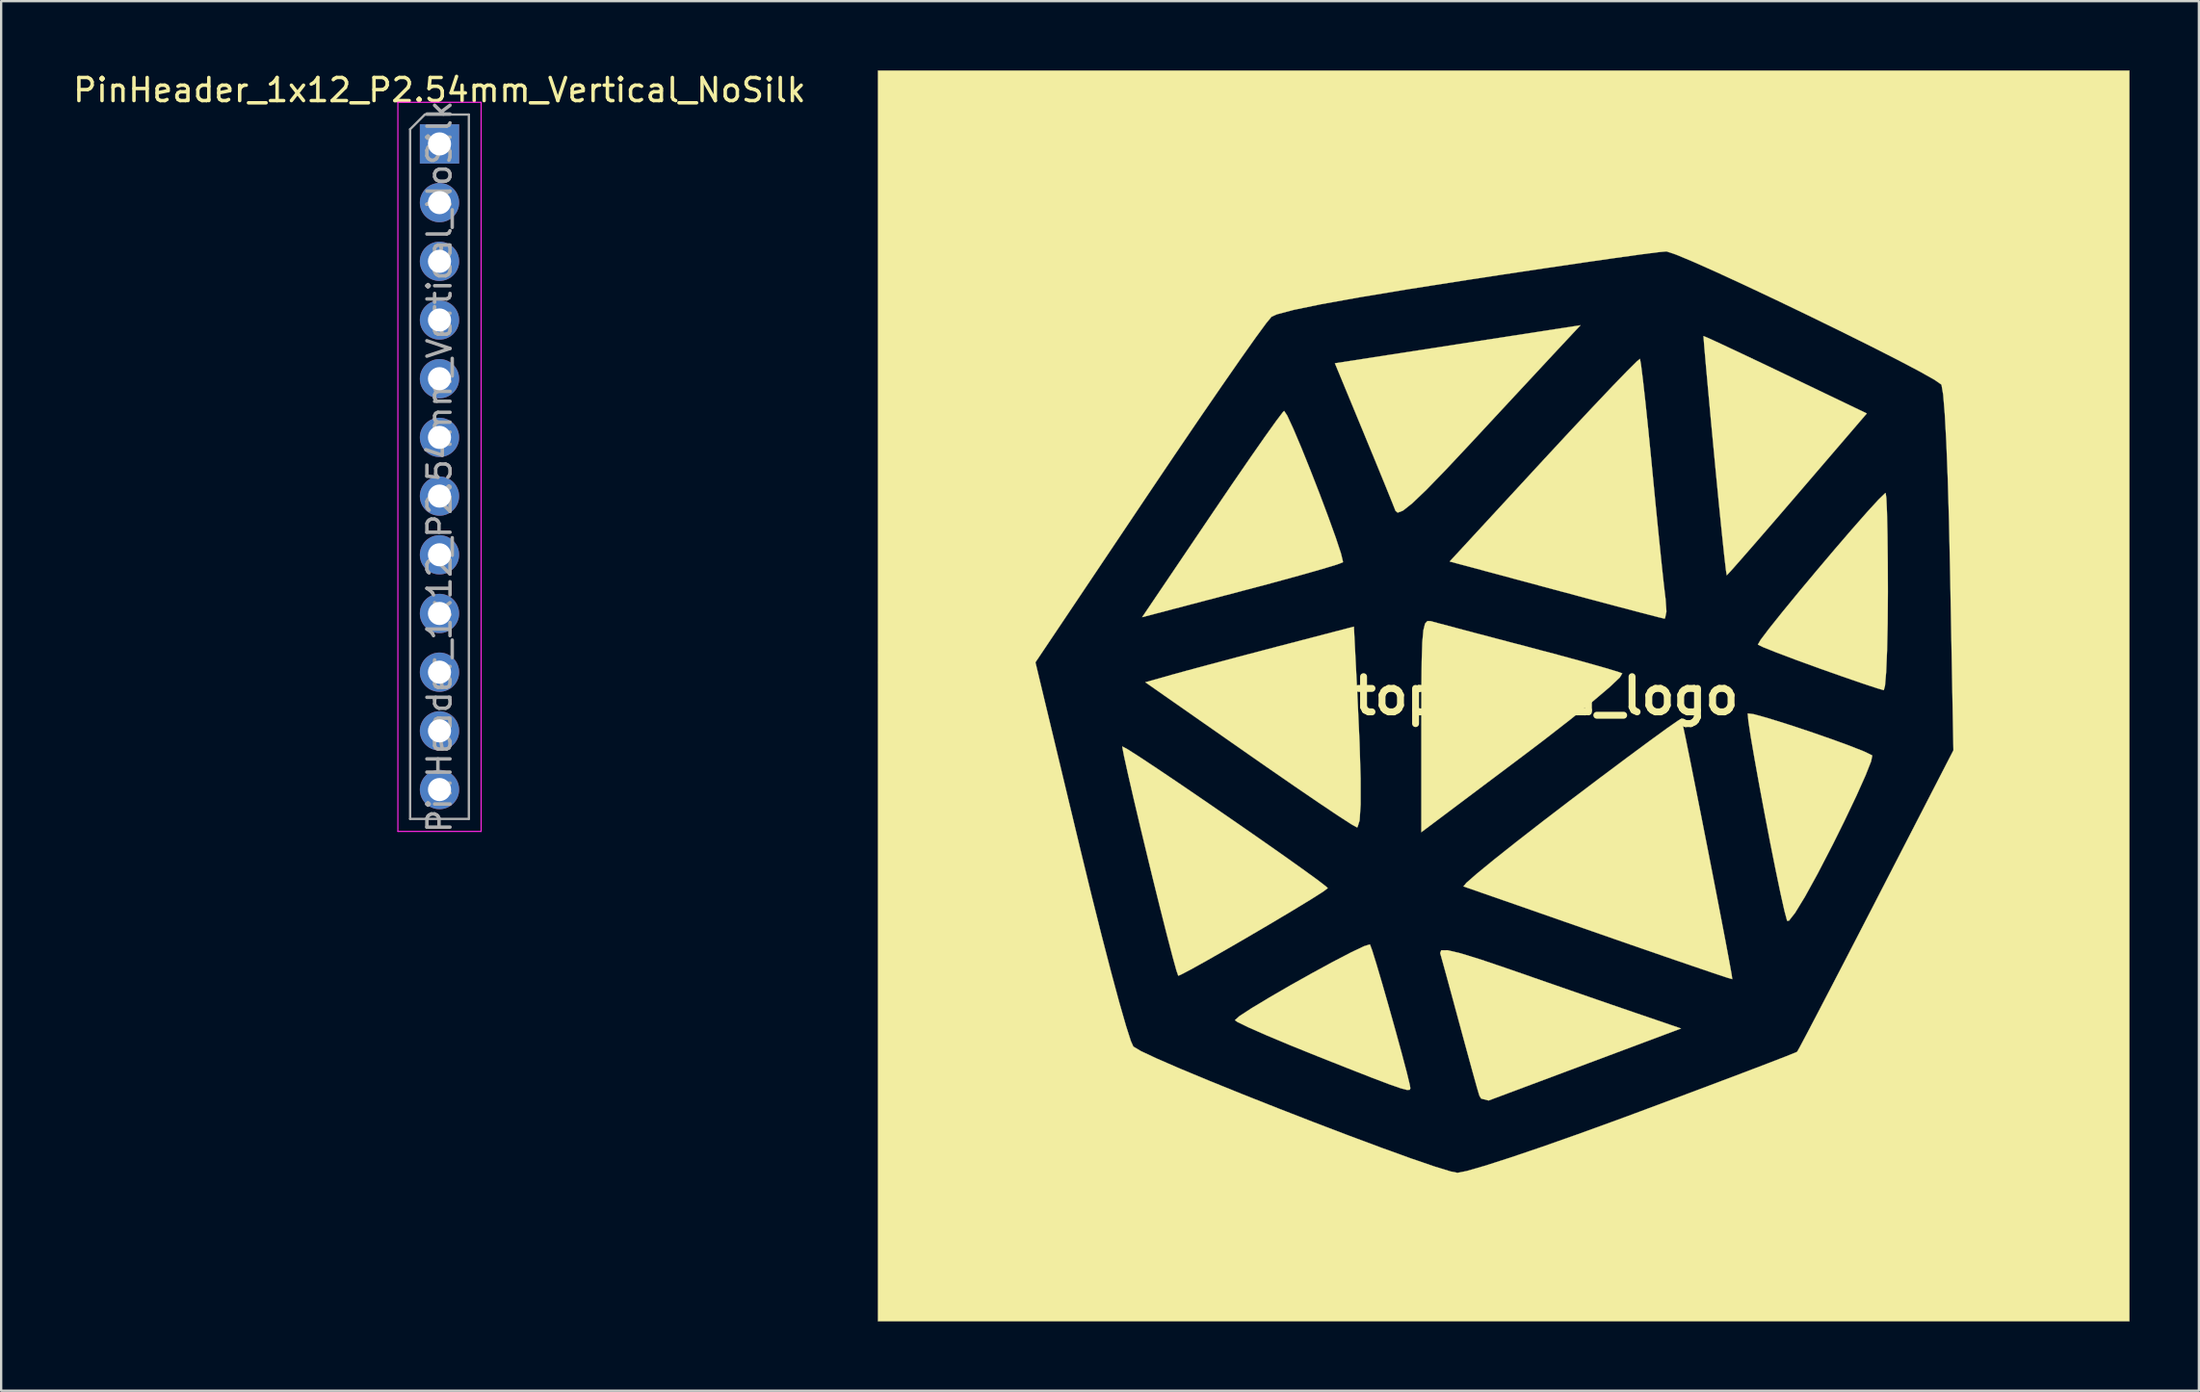
<source format=kicad_pcb>
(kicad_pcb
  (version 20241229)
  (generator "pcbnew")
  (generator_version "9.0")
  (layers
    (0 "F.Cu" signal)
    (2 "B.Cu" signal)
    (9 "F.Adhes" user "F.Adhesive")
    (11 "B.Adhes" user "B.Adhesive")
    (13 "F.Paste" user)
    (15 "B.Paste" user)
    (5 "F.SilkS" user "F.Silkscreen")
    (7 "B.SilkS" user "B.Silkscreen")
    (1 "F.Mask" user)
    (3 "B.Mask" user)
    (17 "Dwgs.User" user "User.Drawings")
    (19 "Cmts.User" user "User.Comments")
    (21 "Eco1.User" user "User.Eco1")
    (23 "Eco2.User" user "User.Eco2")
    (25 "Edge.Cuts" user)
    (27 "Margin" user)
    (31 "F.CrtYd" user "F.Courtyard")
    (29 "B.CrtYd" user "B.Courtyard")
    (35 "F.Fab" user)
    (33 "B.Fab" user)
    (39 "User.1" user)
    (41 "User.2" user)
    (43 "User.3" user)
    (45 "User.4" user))
  (footprint "protoplasma_logo"
    (layer "F.Cu")
    (at 61.983 27.067)
    (property "Reference" "protoplasma_logo" (at 0 0 0) (layer "F.SilkS") (effects (font (size 1.524 1.524) (thickness 0.3))))
    (attr through_hole)
    (fp_poly (pts (xy 2.538 -15.202) (xy 2.127 -14.762) (xy 1.461 -14.045) (xy 0.605 -13.124) (xy -0.374 -12.07) (xy -1.386 -10.979) (xy -2.505 -9.785) (xy -3.348 -8.916) (xy -3.951 -8.34) (xy -4.351 -8.022) (xy -4.584 -7.932) (xy -4.679 -8.012) (xy -4.824 -8.378) (xy -5.111 -9.087) (xy -5.503 -10.045) (xy -5.961 -11.156) (xy -6.066 -11.412) (xy -7.3 -14.397) (xy -1.988 -15.22) (xy 3.323 -16.043) (xy 2.538 -15.202)) (stroke (width 0.01) (type solid)) (fill yes) (layer "F.SilkS"))
    (fp_poly (pts (xy -6.326 -0.017) (xy -6.234 2.004) (xy -6.187 3.568) (xy -6.186 4.691) (xy -6.231 5.389) (xy -6.321 5.677) (xy -6.35 5.687) (xy -6.587 5.554) (xy -7.156 5.186) (xy -7.999 4.621) (xy -9.059 3.897) (xy -10.279 3.054) (xy -11.013 2.543) (xy -15.499 -0.592) (xy -14.337 -0.921) (xy -13.677 -1.103) (xy -12.681 -1.371) (xy -11.47 -1.694) (xy -10.166 -2.037) (xy -9.827 -2.126) (xy -6.478 -3) (xy -6.326 -0.017)) (stroke (width 0.01) (type solid)) (fill yes) (layer "F.SilkS"))
    (fp_poly (pts (xy -9.36 -12.131) (xy -9.102 -11.573) (xy -8.757 -10.759) (xy -8.364 -9.783) (xy -7.958 -8.741) (xy -7.578 -7.728) (xy -7.258 -6.838) (xy -7.037 -6.169) (xy -6.951 -5.813) (xy -6.957 -5.783) (xy -7.216 -5.685) (xy -7.861 -5.49) (xy -8.818 -5.218) (xy -10.011 -4.891) (xy -11.36 -4.532) (xy -15.637 -3.408) (xy -12.625 -7.87) (xy -11.757 -9.15) (xy -10.976 -10.287) (xy -10.322 -11.225) (xy -9.833 -11.908) (xy -9.549 -12.283) (xy -9.495 -12.336) (xy -9.36 -12.131)) (stroke (width 0.01) (type solid)) (fill yes) (layer "F.SilkS"))
    (fp_poly (pts (xy 8.852 -15.487) (xy 9.418 -15.226) (xy 10.27 -14.826) (xy 11.336 -14.32) (xy 12.185 -13.914) (xy 15.705 -12.225) (xy 12.702 -8.724) (xy 11.773 -7.644) (xy 10.956 -6.7) (xy 10.298 -5.945) (xy 9.848 -5.435) (xy 9.652 -5.225) (xy 9.648 -5.222) (xy 9.612 -5.448) (xy 9.539 -6.078) (xy 9.437 -7.045) (xy 9.312 -8.282) (xy 9.172 -9.721) (xy 9.109 -10.386) (xy 8.967 -11.892) (xy 8.844 -13.228) (xy 8.745 -14.325) (xy 8.676 -15.115) (xy 8.644 -15.53) (xy 8.642 -15.575) (xy 8.852 -15.487)) (stroke (width 0.01) (type solid)) (fill yes) (layer "F.SilkS"))
    (fp_poly (pts (xy -3.159 -3.239) (xy -3.145 -3.235) (xy -2.783 -3.136) (xy -2.049 -2.941) (xy -1.029 -2.671) (xy 0.188 -2.35) (xy 1.068 -2.119) (xy 2.356 -1.777) (xy 3.49 -1.467) (xy 4.386 -1.213) (xy 4.962 -1.039) (xy 5.13 -0.977) (xy 5.023 -0.8) (xy 4.583 -0.384) (xy 3.858 0.232) (xy 2.897 1.008) (xy 1.749 1.901) (xy 0.916 2.533) (xy -3.561 5.896) (xy -3.561 1.27) (xy -3.558 -0.321) (xy -3.546 -1.497) (xy -3.52 -2.317) (xy -3.473 -2.842) (xy -3.401 -3.131) (xy -3.298 -3.243) (xy -3.159 -3.239)) (stroke (width 0.01) (type solid)) (fill yes) (layer "F.SilkS"))
    (fp_poly (pts (xy -1.865 11.136) (xy -0.973 11.412) (xy 0.303 11.845) (xy 0.527 11.923) (xy 1.909 12.405) (xy 3.315 12.893) (xy 4.598 13.337) (xy 5.613 13.686) (xy 5.794 13.748) (xy 7.672 14.39) (xy 3.658 15.894) (xy 2.352 16.383) (xy 1.19 16.818) (xy 0.25 17.17) (xy -0.392 17.41) (xy -0.651 17.507) (xy -0.975 17.425) (xy -1.053 17.294) (xy -1.155 16.948) (xy -1.35 16.247) (xy -1.611 15.294) (xy -1.896 14.243) (xy -2.195 13.138) (xy -2.456 12.178) (xy -2.651 11.469) (xy -2.747 11.126) (xy -2.701 11.005) (xy -2.424 11.004) (xy -1.865 11.136)) (stroke (width 0.01) (type solid)) (fill yes) (layer "F.SilkS"))
    (fp_poly (pts (xy 5.939 -14.343) (xy 6.02 -13.697) (xy 6.129 -12.723) (xy 6.257 -11.492) (xy 6.397 -10.078) (xy 6.422 -9.813) (xy 6.568 -8.305) (xy 6.708 -6.904) (xy 6.832 -5.699) (xy 6.931 -4.78) (xy 6.996 -4.237) (xy 7 -4.214) (xy 7.039 -3.652) (xy 6.979 -3.36) (xy 6.946 -3.347) (xy 6.671 -3.413) (xy 6.011 -3.585) (xy 5.037 -3.841) (xy 3.822 -4.164) (xy 2.439 -4.535) (xy 2.215 -4.595) (xy -2.336 -5.819) (xy 1.74 -10.238) (xy 2.85 -11.435) (xy 3.852 -12.505) (xy 4.7 -13.4) (xy 5.353 -14.075) (xy 5.765 -14.484) (xy 5.894 -14.589) (xy 5.939 -14.343)) (stroke (width 0.01) (type solid)) (fill yes) (layer "F.SilkS"))
    (fp_poly (pts (xy 16.551 -8.558) (xy 16.578 -7.934) (xy 16.599 -6.984) (xy 16.612 -5.784) (xy 16.617 -4.51) (xy 16.607 -3.146) (xy 16.581 -1.964) (xy 16.542 -1.037) (xy 16.492 -0.442) (xy 16.439 -0.25) (xy 16.157 -0.33) (xy 15.524 -0.539) (xy 14.638 -0.845) (xy 13.687 -1.181) (xy 12.659 -1.555) (xy 11.804 -1.878) (xy 11.216 -2.113) (xy 10.993 -2.221) (xy 11.107 -2.421) (xy 11.474 -2.908) (xy 12.037 -3.613) (xy 12.735 -4.465) (xy 13.511 -5.395) (xy 14.305 -6.333) (xy 15.059 -7.209) (xy 15.713 -7.953) (xy 16.209 -8.495) (xy 16.487 -8.765) (xy 16.521 -8.783) (xy 16.551 -8.558)) (stroke (width 0.01) (type solid)) (fill yes) (layer "F.SilkS"))
    (fp_poly (pts (xy 10.808 0.788) (xy 11.394 0.949) (xy 12.209 1.202) (xy 13.144 1.51) (xy 14.092 1.838) (xy 14.944 2.148) (xy 15.592 2.404) (xy 15.929 2.568) (xy 15.942 2.58) (xy 15.891 2.83) (xy 15.654 3.43) (xy 15.261 4.31) (xy 14.744 5.397) (xy 14.243 6.409) (xy 13.584 7.682) (xy 13.03 8.689) (xy 12.605 9.385) (xy 12.338 9.727) (xy 12.259 9.733) (xy 12.146 9.311) (xy 11.975 8.55) (xy 11.764 7.537) (xy 11.529 6.36) (xy 11.288 5.107) (xy 11.056 3.865) (xy 10.85 2.722) (xy 10.686 1.767) (xy 10.583 1.086) (xy 10.555 0.768) (xy 10.559 0.756) (xy 10.808 0.788)) (stroke (width 0.01) (type solid)) (fill yes) (layer "F.SilkS"))
    (fp_poly (pts (xy -5.784 10.753) (xy -5.69 11.003) (xy -5.502 11.608) (xy -5.25 12.462) (xy -4.964 13.462) (xy -4.673 14.502) (xy -4.406 15.479) (xy -4.192 16.288) (xy -4.062 16.825) (xy -4.036 16.978) (xy -4.062 17.042) (xy -4.182 17.049) (xy -4.454 16.978) (xy -4.937 16.81) (xy -5.692 16.523) (xy -6.778 16.098) (xy -8.012 15.609) (xy -9.221 15.121) (xy -10.258 14.686) (xy -11.049 14.337) (xy -11.523 14.105) (xy -11.625 14.03) (xy -11.429 13.855) (xy -10.907 13.514) (xy -10.15 13.058) (xy -9.25 12.536) (xy -8.298 12.002) (xy -7.385 11.505) (xy -6.601 11.097) (xy -6.038 10.829) (xy -5.787 10.751) (xy -5.784 10.753)) (stroke (width 0.01) (type solid)) (fill yes) (layer "F.SilkS"))
    (fp_poly (pts (xy -16.291 2.291) (xy -15.769 2.624) (xy -14.992 3.138) (xy -14.029 3.787) (xy -12.946 4.526) (xy -11.811 5.308) (xy -10.689 6.086) (xy -9.648 6.815) (xy -8.756 7.449) (xy -8.078 7.94) (xy -7.683 8.244) (xy -7.608 8.317) (xy -7.797 8.461) (xy -8.314 8.79) (xy -9.074 9.253) (xy -9.992 9.801) (xy -10.984 10.384) (xy -11.963 10.952) (xy -12.846 11.456) (xy -13.546 11.845) (xy -13.981 12.071) (xy -14.075 12.107) (xy -14.152 11.887) (xy -14.322 11.272) (xy -14.568 10.33) (xy -14.872 9.126) (xy -15.217 7.729) (xy -15.35 7.181) (xy -15.701 5.725) (xy -16.006 4.433) (xy -16.249 3.374) (xy -16.417 2.615) (xy -16.492 2.224) (xy -16.493 2.186) (xy -16.291 2.291)) (stroke (width 0.01) (type solid)) (fill yes) (layer "F.SilkS"))
    (fp_poly (pts (xy 7.743 1.235) (xy 7.876 1.867) (xy 8.067 2.806) (xy 8.3 3.974) (xy 8.562 5.294) (xy 8.835 6.687) (xy 9.106 8.078) (xy 9.359 9.386) (xy 9.579 10.536) (xy 9.75 11.45) (xy 9.858 12.049) (xy 9.887 12.256) (xy 9.663 12.19) (xy 9.051 11.987) (xy 8.111 11.667) (xy 6.902 11.252) (xy 5.486 10.762) (xy 4.154 10.298) (xy 2.596 9.755) (xy 1.185 9.262) (xy -0.017 8.843) (xy -0.947 8.519) (xy -1.544 8.311) (xy -1.741 8.243) (xy -1.615 8.088) (xy -1.157 7.688) (xy -0.414 7.079) (xy 0.564 6.302) (xy 1.731 5.395) (xy 2.847 4.541) (xy 4.148 3.557) (xy 5.32 2.68) (xy 6.309 1.948) (xy 7.066 1.398) (xy 7.54 1.067) (xy 7.683 0.987) (xy 7.743 1.235)) (stroke (width 0.01) (type solid)) (fill yes) (layer "F.SilkS"))
    (fp_poly (pts (xy 27.062 27.062) (xy -27.062 27.062) (xy -27.062 -1.454) (xy -20.251 -1.454) (xy -18.297 6.691) (xy -17.833 8.597) (xy -17.39 10.364) (xy -16.983 11.937) (xy -16.626 13.26) (xy -16.334 14.278) (xy -16.123 14.936) (xy -16.016 15.173) (xy -15.69 15.368) (xy -14.987 15.698) (xy -13.975 16.137) (xy -12.722 16.658) (xy -11.298 17.235) (xy -9.771 17.84) (xy -8.21 18.448) (xy -6.684 19.03) (xy -5.26 19.561) (xy -4.008 20.014) (xy -2.997 20.361) (xy -2.294 20.577) (xy -1.999 20.637) (xy -1.6 20.559) (xy -0.818 20.333) (xy 0.286 19.978) (xy 1.651 19.515) (xy 3.217 18.963) (xy 4.922 18.344) (xy 5.669 18.068) (xy 7.381 17.428) (xy 8.944 16.841) (xy 10.305 16.327) (xy 11.409 15.906) (xy 12.203 15.599) (xy 12.632 15.426) (xy 12.692 15.397) (xy 12.818 15.172) (xy 13.133 14.578) (xy 13.611 13.664) (xy 14.225 12.484) (xy 14.948 11.09) (xy 15.752 9.533) (xy 16.114 8.831) (xy 19.451 2.351) (xy 19.307 -5.412) (xy 19.261 -7.542) (xy 19.206 -9.41) (xy 19.144 -10.976) (xy 19.077 -12.198) (xy 19.008 -13.037) (xy 18.938 -13.45) (xy 18.923 -13.479) (xy 18.632 -13.682) (xy 17.98 -14.048) (xy 17.037 -14.545) (xy 15.873 -15.137) (xy 14.559 -15.79) (xy 13.164 -16.472) (xy 11.76 -17.147) (xy 10.416 -17.781) (xy 9.203 -18.341) (xy 8.191 -18.792) (xy 7.45 -19.101) (xy 7.051 -19.234) (xy 7.026 -19.236) (xy 6.68 -19.203) (xy 5.922 -19.106) (xy 4.812 -18.951) (xy 3.407 -18.749) (xy 1.764 -18.507) (xy -0.057 -18.234) (xy -1.543 -18.007) (xy -4.124 -17.602) (xy -6.244 -17.25) (xy -7.9 -16.951) (xy -9.09 -16.705) (xy -9.812 -16.513) (xy -10.041 -16.408) (xy -10.268 -16.134) (xy -10.725 -15.51) (xy -11.38 -14.584) (xy -12.201 -13.401) (xy -13.156 -12.01) (xy -14.212 -10.455) (xy -15.337 -8.784) (xy -15.36 -8.751) (xy -20.251 -1.454) (xy -27.062 -1.454) (xy -27.062 -27.062) (xy 27.062 -27.062) (xy 27.062 27.062)) (stroke (width 0.01) (type solid)) (fill yes) (layer "F.SilkS")))
  (footprint "PinHeader_1x12_P2.54mm_Vertical_NoSilk"
    (layer "F.Cu")
    (at 15.958 3.178)
    (property "Reference" "PinHeader_1x12_P2.54mm_Vertical_NoSilk" (at 0 -2.33 0) (layer "F.SilkS") (effects (font (size 1 1) (thickness 0.15))))
    (attr through_hole)
    (fp_line (start -1.8 -1.8) (end -1.8 29.75) (stroke (width 0.05) (type solid)) (layer "F.CrtYd"))
    (fp_line (start -1.8 29.75) (end 1.8 29.75) (stroke (width 0.05) (type solid)) (layer "F.CrtYd"))
    (fp_line (start 1.8 -1.8) (end -1.8 -1.8) (stroke (width 0.05) (type solid)) (layer "F.CrtYd"))
    (fp_line (start 1.8 29.75) (end 1.8 -1.8) (stroke (width 0.05) (type solid)) (layer "F.CrtYd"))
    (fp_line (start -1.27 -0.635) (end -0.635 -1.27) (stroke (width 0.1) (type solid)) (layer "F.Fab"))
    (fp_line (start -1.27 29.21) (end -1.27 -0.635) (stroke (width 0.1) (type solid)) (layer "F.Fab"))
    (fp_line (start -0.635 -1.27) (end 1.27 -1.27) (stroke (width 0.1) (type solid)) (layer "F.Fab"))
    (fp_line (start 1.27 -1.27) (end 1.27 29.21) (stroke (width 0.1) (type solid)) (layer "F.Fab"))
    (fp_line (start 1.27 29.21) (end -1.27 29.21) (stroke (width 0.1) (type solid)) (layer "F.Fab"))
    (fp_text user "${REFERENCE}" (at 0 13.97 90) (layer "F.Fab") (effects (font (size 1 1) (thickness 0.15))))
    (pad "1" thru_hole rect (at 0 0) (size 1.7 1.7) (drill 1) (layers "*.Cu" "*.Mask"))
    (pad "2" thru_hole oval (at 0 2.54) (size 1.7 1.7) (drill 1) (layers "*.Cu" "*.Mask"))
    (pad "3" thru_hole oval (at 0 5.08) (size 1.7 1.7) (drill 1) (layers "*.Cu" "*.Mask"))
    (pad "4" thru_hole oval (at 0 7.62) (size 1.7 1.7) (drill 1) (layers "*.Cu" "*.Mask"))
    (pad "5" thru_hole oval (at 0 10.16) (size 1.7 1.7) (drill 1) (layers "*.Cu" "*.Mask"))
    (pad "6" thru_hole oval (at 0 12.7) (size 1.7 1.7) (drill 1) (layers "*.Cu" "*.Mask"))
    (pad "7" thru_hole oval (at 0 15.24) (size 1.7 1.7) (drill 1) (layers "*.Cu" "*.Mask"))
    (pad "8" thru_hole oval (at 0 17.78) (size 1.7 1.7) (drill 1) (layers "*.Cu" "*.Mask"))
    (pad "9" thru_hole oval (at 0 20.32) (size 1.7 1.7) (drill 1) (layers "*.Cu" "*.Mask"))
    (pad "10" thru_hole oval (at 0 22.86) (size 1.7 1.7) (drill 1) (layers "*.Cu" "*.Mask"))
    (pad "11" thru_hole oval (at 0 25.4) (size 1.7 1.7) (drill 1) (layers "*.Cu" "*.Mask"))
    (pad "12" thru_hole oval (at 0 27.94) (size 1.7 1.7) (drill 1) (layers "*.Cu" "*.Mask")))
  (gr_rect
    (start -3 -3)
    (end 92.05 57.133)
    (stroke (width 0.1) (type default))
    (fill no)
    (layer "Edge.Cuts")))
</source>
